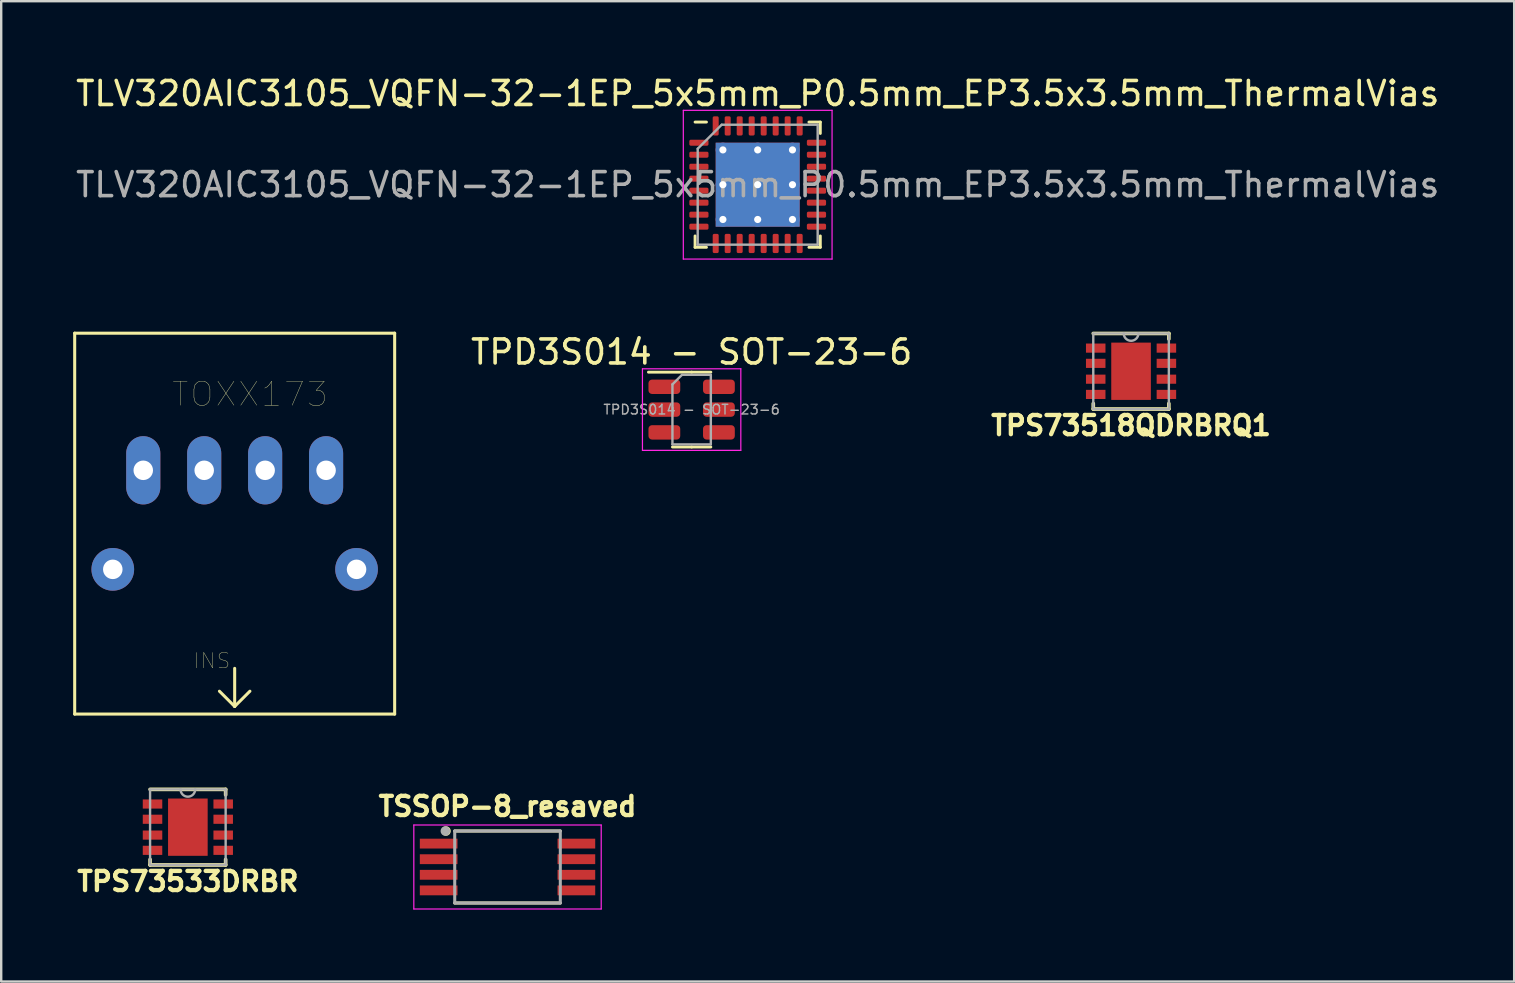
<source format=kicad_pcb>
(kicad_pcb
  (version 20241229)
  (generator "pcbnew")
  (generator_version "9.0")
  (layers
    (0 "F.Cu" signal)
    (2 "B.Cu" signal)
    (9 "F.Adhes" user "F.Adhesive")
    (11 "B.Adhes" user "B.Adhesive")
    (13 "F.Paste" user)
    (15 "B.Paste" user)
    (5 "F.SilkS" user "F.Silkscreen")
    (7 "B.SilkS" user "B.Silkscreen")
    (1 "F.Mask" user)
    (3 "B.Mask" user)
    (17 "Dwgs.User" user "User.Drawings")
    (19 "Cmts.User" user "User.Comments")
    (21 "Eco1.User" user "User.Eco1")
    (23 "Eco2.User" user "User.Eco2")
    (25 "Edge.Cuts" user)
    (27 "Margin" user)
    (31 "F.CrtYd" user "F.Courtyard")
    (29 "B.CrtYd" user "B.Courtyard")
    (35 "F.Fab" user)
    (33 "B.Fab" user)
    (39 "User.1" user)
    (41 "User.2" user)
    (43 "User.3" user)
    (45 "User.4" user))
  (footprint "TPD3S014 - SOT-23-6"
    (layer "F.Cu")
    (at 25.777 14.021)
    (property "Reference" "TPD3S014 - SOT-23-6" (at 0 -2.4 0) (layer "F.SilkS") (effects (font (size 1 1) (thickness 0.15))))
    (attr smd)
    (fp_line (start 0 -1.56) (end -1.8 -1.56) (stroke (width 0.12) (type solid)) (layer "F.SilkS"))
    (fp_line (start 0 -1.56) (end 0.8 -1.56) (stroke (width 0.12) (type solid)) (layer "F.SilkS"))
    (fp_line (start 0 1.56) (end -0.8 1.56) (stroke (width 0.12) (type solid)) (layer "F.SilkS"))
    (fp_line (start 0 1.56) (end 0.8 1.56) (stroke (width 0.12) (type solid)) (layer "F.SilkS"))
    (fp_line (start -2.05 -1.7) (end -2.05 1.7) (stroke (width 0.05) (type solid)) (layer "F.CrtYd"))
    (fp_line (start -2.05 1.7) (end 2.05 1.7) (stroke (width 0.05) (type solid)) (layer "F.CrtYd"))
    (fp_line (start 2.05 -1.7) (end -2.05 -1.7) (stroke (width 0.05) (type solid)) (layer "F.CrtYd"))
    (fp_line (start 2.05 1.7) (end 2.05 -1.7) (stroke (width 0.05) (type solid)) (layer "F.CrtYd"))
    (fp_line (start -0.8 -1.05) (end -0.4 -1.45) (stroke (width 0.1) (type solid)) (layer "F.Fab"))
    (fp_line (start -0.8 1.45) (end -0.8 -1.05) (stroke (width 0.1) (type solid)) (layer "F.Fab"))
    (fp_line (start -0.4 -1.45) (end 0.8 -1.45) (stroke (width 0.1) (type solid)) (layer "F.Fab"))
    (fp_line (start 0.8 -1.45) (end 0.8 1.45) (stroke (width 0.1) (type solid)) (layer "F.Fab"))
    (fp_line (start 0.8 1.45) (end -0.8 1.45) (stroke (width 0.1) (type solid)) (layer "F.Fab"))
    (fp_text user "${REFERENCE}" (at 0 0 0) (layer "F.Fab") (effects (font (size 0.4 0.4) (thickness 0.06))))
    (pad "1" smd roundrect (at -1.137 -0.95) (size 1.325 0.6) (layers "F.Cu" "F.Mask" "F.Paste") (roundrect_rratio 0.25))
    (pad "2" smd roundrect (at -1.137 0) (size 1.325 0.6) (layers "F.Cu" "F.Mask" "F.Paste") (roundrect_rratio 0.25))
    (pad "3" smd roundrect (at -1.137 0.95) (size 1.325 0.6) (layers "F.Cu" "F.Mask" "F.Paste") (roundrect_rratio 0.25))
    (pad "4" smd roundrect (at 1.137 0.95) (size 1.325 0.6) (layers "F.Cu" "F.Mask" "F.Paste") (roundrect_rratio 0.25))
    (pad "5" smd roundrect (at 1.137 0) (size 1.325 0.6) (layers "F.Cu" "F.Mask" "F.Paste") (roundrect_rratio 0.25))
    (pad "6" smd roundrect (at 1.137 -0.95) (size 1.325 0.6) (layers "F.Cu" "F.Mask" "F.Paste") (roundrect_rratio 0.25)))
  (footprint "TPS73533DRBR"
    (layer "F.Cu")
    (at 4.78 31.426)
    (property "Reference" "TPS73533DRBR" (at 0 2.261 180) (layer "F.SilkS") (effects (font (size 0.8 0.8) (thickness 0.18))))
    (attr through_hole)
    (fp_line (start -1.575 1.346) (end -1.575 1.575) (stroke (width 0.152) (type solid)) (layer "F.SilkS"))
    (fp_line (start -1.575 1.575) (end 1.575 1.575) (stroke (width 0.152) (type solid)) (layer "F.SilkS"))
    (fp_line (start 1.575 -1.575) (end -1.575 -1.575) (stroke (width 0.152) (type solid)) (layer "F.SilkS"))
    (fp_line (start 1.575 -1.575) (end 1.575 -1.346) (stroke (width 0.152) (type solid)) (layer "F.SilkS"))
    (fp_line (start 1.575 1.346) (end 1.575 1.575) (stroke (width 0.152) (type solid)) (layer "F.SilkS"))
    (fp_line (start -1.575 -1.575) (end -1.575 1.575) (stroke (width 0.1) (type solid)) (layer "F.Fab"))
    (fp_line (start -1.575 1.575) (end 1.575 1.575) (stroke (width 0.1) (type solid)) (layer "F.Fab"))
    (fp_line (start -0.305 -1.575) (end -1.575 -1.575) (stroke (width 0.1) (type solid)) (layer "F.Fab"))
    (fp_line (start 0.305 -1.575) (end -0.305 -1.575) (stroke (width 0.1) (type solid)) (layer "F.Fab"))
    (fp_line (start 1.575 -1.575) (end 0.305 -1.575) (stroke (width 0.1) (type solid)) (layer "F.Fab"))
    (fp_line (start 1.575 1.575) (end 1.575 -1.575) (stroke (width 0.1) (type solid)) (layer "F.Fab"))
    (fp_arc (start 0.3048 -1.5748) (mid 0 -1.27) (end -0.3048 -1.5748) (stroke (width 0.1) (type solid)) (layer "F.Fab"))
    (pad "1" smd rect (at -1.473 -0.965) (size 0.813 0.381) (layers "F.Cu" "F.Mask" "F.Paste"))
    (pad "2" smd rect (at -1.473 -0.33) (size 0.813 0.381) (layers "F.Cu" "F.Mask" "F.Paste"))
    (pad "3" smd rect (at -1.473 0.33) (size 0.813 0.381) (layers "F.Cu" "F.Mask" "F.Paste"))
    (pad "4" smd rect (at -1.473 0.965) (size 0.813 0.381) (layers "F.Cu" "F.Mask" "F.Paste"))
    (pad "5" smd rect (at 1.473 0.965) (size 0.813 0.381) (layers "F.Cu" "F.Mask" "F.Paste"))
    (pad "6" smd rect (at 1.473 0.33) (size 0.813 0.381) (layers "F.Cu" "F.Mask" "F.Paste"))
    (pad "7" smd rect (at 1.473 -0.33) (size 0.813 0.381) (layers "F.Cu" "F.Mask" "F.Paste"))
    (pad "8" smd rect (at 1.473 -0.965) (size 0.813 0.381) (layers "F.Cu" "F.Mask" "F.Paste"))
    (pad "9" smd rect (at 0 0) (size 1.651 2.388) (layers "F.Cu" "F.Mask" "F.Paste")))
  (footprint "TOXX173"
    (layer "F.Cu")
    (at 6.731 16.552)
    (property "Reference" "TOXX173" (at 0.635 -3.175 0) (layer "F.SilkS") (effects (font (size 1 1) (thickness 0.015))))
    (attr through_hole)
    (fp_line (start -6.668 -5.715) (end 6.668 -5.715) (stroke (width 0.127) (type solid)) (layer "F.SilkS"))
    (fp_line (start -6.668 10.16) (end -6.668 -5.715) (stroke (width 0.127) (type solid)) (layer "F.SilkS"))
    (fp_line (start 0 8.255) (end 0 9.842) (stroke (width 0.127) (type solid)) (layer "F.SilkS"))
    (fp_line (start 0 9.842) (end -0.635 9.207) (stroke (width 0.127) (type solid)) (layer "F.SilkS"))
    (fp_line (start 0 9.842) (end 0.635 9.207) (stroke (width 0.127) (type solid)) (layer "F.SilkS"))
    (fp_line (start 6.668 -5.715) (end 6.668 10.16) (stroke (width 0.127) (type solid)) (layer "F.SilkS"))
    (fp_line (start 6.668 10.16) (end -6.668 10.16) (stroke (width 0.127) (type solid)) (layer "F.SilkS"))
    (fp_text user "INS" (at -0.953 7.938 0) (layer "F.SilkS") (effects (font (size 0.64 0.64) (thickness 0.015))))
    (pad "1" thru_hole oval (at 3.81 0) (size 1.422 2.845) (drill 0.813) (layers "*.Cu" "*.Mask"))
    (pad "2" thru_hole oval (at 1.27 0) (size 1.422 2.845) (drill 0.813) (layers "*.Cu" "*.Mask"))
    (pad "3" thru_hole oval (at -1.27 0) (size 1.422 2.845) (drill 0.813) (layers "*.Cu" "*.Mask"))
    (pad "4" thru_hole oval (at -3.81 0) (size 1.422 2.845) (drill 0.813) (layers "*.Cu" "*.Mask"))
    (pad "5" thru_hole circle (at -5.08 4.128) (size 1.778 1.778) (drill 0.813) (layers "*.Cu" "*.Mask"))
    (pad "6" thru_hole circle (at 5.08 4.128) (size 1.778 1.778) (drill 0.813) (layers "*.Cu" "*.Mask")))
  (footprint "TLV320AIC3105_VQFN-32-1EP_5x5mm_P0.5mm_EP3.5x3.5mm_ThermalVias"
    (layer "F.Cu")
    (at 28.53 4.648)
    (property "Reference" "TLV320AIC3105_VQFN-32-1EP_5x5mm_P0.5mm_EP3.5x3.5mm_ThermalVias" (at 0 -3.8 0) (layer "F.SilkS") (effects (font (size 1 1) (thickness 0.15))))
    (attr smd)
    (fp_line (start -2.61 2.61) (end -2.61 2.135) (stroke (width 0.12) (type solid)) (layer "F.SilkS"))
    (fp_line (start -2.135 -2.61) (end -2.61 -2.61) (stroke (width 0.12) (type solid)) (layer "F.SilkS"))
    (fp_line (start -2.135 2.61) (end -2.61 2.61) (stroke (width 0.12) (type solid)) (layer "F.SilkS"))
    (fp_line (start 2.135 -2.61) (end 2.61 -2.61) (stroke (width 0.12) (type solid)) (layer "F.SilkS"))
    (fp_line (start 2.135 2.61) (end 2.61 2.61) (stroke (width 0.12) (type solid)) (layer "F.SilkS"))
    (fp_line (start 2.61 -2.61) (end 2.61 -2.135) (stroke (width 0.12) (type solid)) (layer "F.SilkS"))
    (fp_line (start 2.61 2.61) (end 2.61 2.135) (stroke (width 0.12) (type solid)) (layer "F.SilkS"))
    (fp_line (start -3.1 -3.1) (end -3.1 3.1) (stroke (width 0.05) (type solid)) (layer "F.CrtYd"))
    (fp_line (start -3.1 3.1) (end 3.1 3.1) (stroke (width 0.05) (type solid)) (layer "F.CrtYd"))
    (fp_line (start 3.1 -3.1) (end -3.1 -3.1) (stroke (width 0.05) (type solid)) (layer "F.CrtYd"))
    (fp_line (start 3.1 3.1) (end 3.1 -3.1) (stroke (width 0.05) (type solid)) (layer "F.CrtYd"))
    (fp_line (start -2.5 -1.5) (end -1.5 -2.5) (stroke (width 0.1) (type solid)) (layer "F.Fab"))
    (fp_line (start -2.5 2.5) (end -2.5 -1.5) (stroke (width 0.1) (type solid)) (layer "F.Fab"))
    (fp_line (start -1.5 -2.5) (end 2.5 -2.5) (stroke (width 0.1) (type solid)) (layer "F.Fab"))
    (fp_line (start 2.5 -2.5) (end 2.5 2.5) (stroke (width 0.1) (type solid)) (layer "F.Fab"))
    (fp_line (start 2.5 2.5) (end -2.5 2.5) (stroke (width 0.1) (type solid)) (layer "F.Fab"))
    (fp_text user "${REFERENCE}" (at 0 0 0) (layer "F.Fab") (effects (font (size 1 1) (thickness 0.15))))
    (pad "" smd roundrect (at -0.875 -0.875) (size 1.46 1.46) (layers "F.Paste") (roundrect_rratio 0.171))
    (pad "" smd roundrect (at -0.875 0.875) (size 1.46 1.46) (layers "F.Paste") (roundrect_rratio 0.171))
    (pad "" smd roundrect (at 0.875 -0.875) (size 1.46 1.46) (layers "F.Paste") (roundrect_rratio 0.171))
    (pad "" smd roundrect (at 0.875 0.875) (size 1.46 1.46) (layers "F.Paste") (roundrect_rratio 0.171))
    (pad "1" smd roundrect (at -2.45 -1.75) (size 0.8 0.25) (layers "F.Cu" "F.Mask" "F.Paste") (roundrect_rratio 0.25))
    (pad "2" smd roundrect (at -2.45 -1.25) (size 0.8 0.25) (layers "F.Cu" "F.Mask" "F.Paste") (roundrect_rratio 0.25))
    (pad "3" smd roundrect (at -2.45 -0.75) (size 0.8 0.25) (layers "F.Cu" "F.Mask" "F.Paste") (roundrect_rratio 0.25))
    (pad "4" smd roundrect (at -2.45 -0.25) (size 0.8 0.25) (layers "F.Cu" "F.Mask" "F.Paste") (roundrect_rratio 0.25))
    (pad "5" smd roundrect (at -2.45 0.25) (size 0.8 0.25) (layers "F.Cu" "F.Mask" "F.Paste") (roundrect_rratio 0.25))
    (pad "6" smd roundrect (at -2.45 0.75) (size 0.8 0.25) (layers "F.Cu" "F.Mask" "F.Paste") (roundrect_rratio 0.25))
    (pad "7" smd roundrect (at -2.45 1.25) (size 0.8 0.25) (layers "F.Cu" "F.Mask" "F.Paste") (roundrect_rratio 0.25))
    (pad "8" smd roundrect (at -2.45 1.75) (size 0.8 0.25) (layers "F.Cu" "F.Mask" "F.Paste") (roundrect_rratio 0.25))
    (pad "9" smd roundrect (at -1.75 2.45) (size 0.25 0.8) (layers "F.Cu" "F.Mask" "F.Paste") (roundrect_rratio 0.25))
    (pad "10" smd roundrect (at -1.25 2.45) (size 0.25 0.8) (layers "F.Cu" "F.Mask" "F.Paste") (roundrect_rratio 0.25))
    (pad "11" smd roundrect (at -0.75 2.45) (size 0.25 0.8) (layers "F.Cu" "F.Mask" "F.Paste") (roundrect_rratio 0.25))
    (pad "12" smd roundrect (at -0.25 2.45) (size 0.25 0.8) (layers "F.Cu" "F.Mask" "F.Paste") (roundrect_rratio 0.25))
    (pad "13" smd roundrect (at 0.25 2.45) (size 0.25 0.8) (layers "F.Cu" "F.Mask" "F.Paste") (roundrect_rratio 0.25))
    (pad "14" smd roundrect (at 0.75 2.45) (size 0.25 0.8) (layers "F.Cu" "F.Mask" "F.Paste") (roundrect_rratio 0.25))
    (pad "15" smd roundrect (at 1.25 2.45) (size 0.25 0.8) (layers "F.Cu" "F.Mask" "F.Paste") (roundrect_rratio 0.25))
    (pad "16" smd roundrect (at 1.75 2.45) (size 0.25 0.8) (layers "F.Cu" "F.Mask" "F.Paste") (roundrect_rratio 0.25))
    (pad "17" smd roundrect (at 2.45 1.75) (size 0.8 0.25) (layers "F.Cu" "F.Mask" "F.Paste") (roundrect_rratio 0.25))
    (pad "18" smd roundrect (at 2.45 1.25) (size 0.8 0.25) (layers "F.Cu" "F.Mask" "F.Paste") (roundrect_rratio 0.25))
    (pad "19" smd roundrect (at 2.45 0.75) (size 0.8 0.25) (layers "F.Cu" "F.Mask" "F.Paste") (roundrect_rratio 0.25))
    (pad "20" smd roundrect (at 2.45 0.25) (size 0.8 0.25) (layers "F.Cu" "F.Mask" "F.Paste") (roundrect_rratio 0.25))
    (pad "21" smd roundrect (at 2.45 -0.25) (size 0.8 0.25) (layers "F.Cu" "F.Mask" "F.Paste") (roundrect_rratio 0.25))
    (pad "22" smd roundrect (at 2.45 -0.75) (size 0.8 0.25) (layers "F.Cu" "F.Mask" "F.Paste") (roundrect_rratio 0.25))
    (pad "23" smd roundrect (at 2.45 -1.25) (size 0.8 0.25) (layers "F.Cu" "F.Mask" "F.Paste") (roundrect_rratio 0.25))
    (pad "24" smd roundrect (at 2.45 -1.75) (size 0.8 0.25) (layers "F.Cu" "F.Mask" "F.Paste") (roundrect_rratio 0.25))
    (pad "25" smd roundrect (at 1.75 -2.45) (size 0.25 0.8) (layers "F.Cu" "F.Mask" "F.Paste") (roundrect_rratio 0.25))
    (pad "26" smd roundrect (at 1.25 -2.45) (size 0.25 0.8) (layers "F.Cu" "F.Mask" "F.Paste") (roundrect_rratio 0.25))
    (pad "27" smd roundrect (at 0.75 -2.45) (size 0.25 0.8) (layers "F.Cu" "F.Mask" "F.Paste") (roundrect_rratio 0.25))
    (pad "28" smd roundrect (at 0.25 -2.45) (size 0.25 0.8) (layers "F.Cu" "F.Mask" "F.Paste") (roundrect_rratio 0.25))
    (pad "29" smd roundrect (at -0.25 -2.45) (size 0.25 0.8) (layers "F.Cu" "F.Mask" "F.Paste") (roundrect_rratio 0.25))
    (pad "30" smd roundrect (at -0.75 -2.45) (size 0.25 0.8) (layers "F.Cu" "F.Mask" "F.Paste") (roundrect_rratio 0.25))
    (pad "31" smd roundrect (at -1.25 -2.45) (size 0.25 0.8) (layers "F.Cu" "F.Mask" "F.Paste") (roundrect_rratio 0.25))
    (pad "32" smd roundrect (at -1.75 -2.45) (size 0.25 0.8) (layers "F.Cu" "F.Mask" "F.Paste") (roundrect_rratio 0.25))
    (pad "33" thru_hole circle (at -1.45 -1.45) (size 0.6 0.6) (drill 0.3) (layers "*.Cu"))
    (pad "33" thru_hole circle (at -1.45 0) (size 0.6 0.6) (drill 0.3) (layers "*.Cu"))
    (pad "33" thru_hole circle (at -1.45 1.45) (size 0.6 0.6) (drill 0.3) (layers "*.Cu"))
    (pad "33" thru_hole circle (at 0 -1.45) (size 0.6 0.6) (drill 0.3) (layers "*.Cu"))
    (pad "33" thru_hole circle (at 0 0) (size 0.6 0.6) (drill 0.3) (layers "*.Cu"))
    (pad "33" smd rect (at 0 0) (size 3.5 3.5) (layers "F.Cu" "F.Mask"))
    (pad "33" smd rect (at 0 0) (size 3.5 3.5) (layers "B.Cu"))
    (pad "33" thru_hole circle (at 0 1.45) (size 0.6 0.6) (drill 0.3) (layers "*.Cu"))
    (pad "33" thru_hole circle (at 1.45 -1.45) (size 0.6 0.6) (drill 0.3) (layers "*.Cu"))
    (pad "33" thru_hole circle (at 1.45 0) (size 0.6 0.6) (drill 0.3) (layers "*.Cu"))
    (pad "33" thru_hole circle (at 1.45 1.45) (size 0.6 0.6) (drill 0.3) (layers "*.Cu")))
  (footprint "TPS73518QDRBRQ1"
    (layer "F.Cu")
    (at 44.092 12.424)
    (property "Reference" "TPS73518QDRBRQ1" (at 0 2.261 180) (layer "F.SilkS") (effects (font (size 0.8 0.8) (thickness 0.18))))
    (attr through_hole)
    (fp_line (start -1.575 1.346) (end -1.575 1.575) (stroke (width 0.152) (type solid)) (layer "F.SilkS"))
    (fp_line (start -1.575 1.575) (end 1.575 1.575) (stroke (width 0.152) (type solid)) (layer "F.SilkS"))
    (fp_line (start 1.575 -1.575) (end -1.575 -1.575) (stroke (width 0.152) (type solid)) (layer "F.SilkS"))
    (fp_line (start 1.575 -1.575) (end 1.575 -1.346) (stroke (width 0.152) (type solid)) (layer "F.SilkS"))
    (fp_line (start 1.575 1.346) (end 1.575 1.575) (stroke (width 0.152) (type solid)) (layer "F.SilkS"))
    (fp_line (start -1.575 -1.575) (end -1.575 1.575) (stroke (width 0.1) (type solid)) (layer "F.Fab"))
    (fp_line (start -1.575 1.575) (end 1.575 1.575) (stroke (width 0.1) (type solid)) (layer "F.Fab"))
    (fp_line (start -0.305 -1.575) (end -1.575 -1.575) (stroke (width 0.1) (type solid)) (layer "F.Fab"))
    (fp_line (start 0.305 -1.575) (end -0.305 -1.575) (stroke (width 0.1) (type solid)) (layer "F.Fab"))
    (fp_line (start 1.575 -1.575) (end 0.305 -1.575) (stroke (width 0.1) (type solid)) (layer "F.Fab"))
    (fp_line (start 1.575 1.575) (end 1.575 -1.575) (stroke (width 0.1) (type solid)) (layer "F.Fab"))
    (fp_arc (start 0.3048 -1.5748) (mid 0 -1.27) (end -0.3048 -1.5748) (stroke (width 0.1) (type solid)) (layer "F.Fab"))
    (pad "1" smd rect (at -1.473 -0.965) (size 0.813 0.381) (layers "F.Cu" "F.Mask" "F.Paste"))
    (pad "2" smd rect (at -1.473 -0.33) (size 0.813 0.381) (layers "F.Cu" "F.Mask" "F.Paste"))
    (pad "3" smd rect (at -1.473 0.33) (size 0.813 0.381) (layers "F.Cu" "F.Mask" "F.Paste"))
    (pad "4" smd rect (at -1.473 0.965) (size 0.813 0.381) (layers "F.Cu" "F.Mask" "F.Paste"))
    (pad "5" smd rect (at 1.473 0.965) (size 0.813 0.381) (layers "F.Cu" "F.Mask" "F.Paste"))
    (pad "6" smd rect (at 1.473 0.33) (size 0.813 0.381) (layers "F.Cu" "F.Mask" "F.Paste"))
    (pad "7" smd rect (at 1.473 -0.33) (size 0.813 0.381) (layers "F.Cu" "F.Mask" "F.Paste"))
    (pad "8" smd rect (at 1.473 -0.965) (size 0.813 0.381) (layers "F.Cu" "F.Mask" "F.Paste"))
    (pad "9" smd rect (at 0 0) (size 1.651 2.388) (layers "F.Cu" "F.Mask" "F.Paste")))
  (footprint "TSSOP-8_resaved"
    (layer "F.Cu")
    (at 18.103 33.086)
    (property "Reference" "TSSOP-8_resaved" (at 0 -2.527 0) (layer "F.SilkS") (effects (font (size 0.8 0.8) (thickness 0.18))))
    (attr smd)
    (fp_line (start -2.2 -1.5) (end 2.2 -1.5) (stroke (width 0.127) (type solid)) (layer "F.SilkS"))
    (fp_line (start -2.2 1.5) (end 2.2 1.5) (stroke (width 0.127) (type solid)) (layer "F.SilkS"))
    (fp_circle (center -2.565 -1.499) (end -2.465 -1.499) (stroke (width 0.2) (type solid)) (fill no) (layer "F.SilkS"))
    (fp_line (start -3.905 -1.75) (end -3.905 1.75) (stroke (width 0.05) (type solid)) (layer "F.CrtYd"))
    (fp_line (start -3.905 -1.75) (end 3.905 -1.75) (stroke (width 0.05) (type solid)) (layer "F.CrtYd"))
    (fp_line (start -3.905 1.75) (end 3.905 1.75) (stroke (width 0.05) (type solid)) (layer "F.CrtYd"))
    (fp_line (start 3.905 -1.75) (end 3.905 1.75) (stroke (width 0.05) (type solid)) (layer "F.CrtYd"))
    (fp_line (start -2.2 -1.5) (end -2.2 1.5) (stroke (width 0.127) (type solid)) (layer "F.Fab"))
    (fp_line (start -2.2 -1.5) (end 2.2 -1.5) (stroke (width 0.127) (type solid)) (layer "F.Fab"))
    (fp_line (start -2.2 1.5) (end 2.2 1.5) (stroke (width 0.127) (type solid)) (layer "F.Fab"))
    (fp_line (start 2.2 -1.5) (end 2.2 1.5) (stroke (width 0.127) (type solid)) (layer "F.Fab"))
    (fp_circle (center -2.591 -1.499) (end -2.491 -1.499) (stroke (width 0.2) (type solid)) (fill no) (layer "F.Fab"))
    (pad "1" smd rect (at -2.87 -0.975) (size 1.57 0.41) (layers "F.Cu" "F.Mask" "F.Paste"))
    (pad "2" smd rect (at -2.87 -0.325) (size 1.57 0.41) (layers "F.Cu" "F.Mask" "F.Paste"))
    (pad "3" smd rect (at -2.87 0.325) (size 1.57 0.41) (layers "F.Cu" "F.Mask" "F.Paste"))
    (pad "4" smd rect (at -2.87 0.975) (size 1.57 0.41) (layers "F.Cu" "F.Mask" "F.Paste"))
    (pad "5" smd rect (at 2.87 0.975) (size 1.57 0.41) (layers "F.Cu" "F.Mask" "F.Paste"))
    (pad "6" smd rect (at 2.87 0.325) (size 1.57 0.41) (layers "F.Cu" "F.Mask" "F.Paste"))
    (pad "7" smd rect (at 2.87 -0.325) (size 1.57 0.41) (layers "F.Cu" "F.Mask" "F.Paste"))
    (pad "8" smd rect (at 2.87 -0.975) (size 1.57 0.41) (layers "F.Cu" "F.Mask" "F.Paste")))
  (gr_rect
    (start -3 -3)
    (end 60.06 37.861)
    (stroke (width 0.1) (type default))
    (fill no)
    (layer "Edge.Cuts")))
</source>
